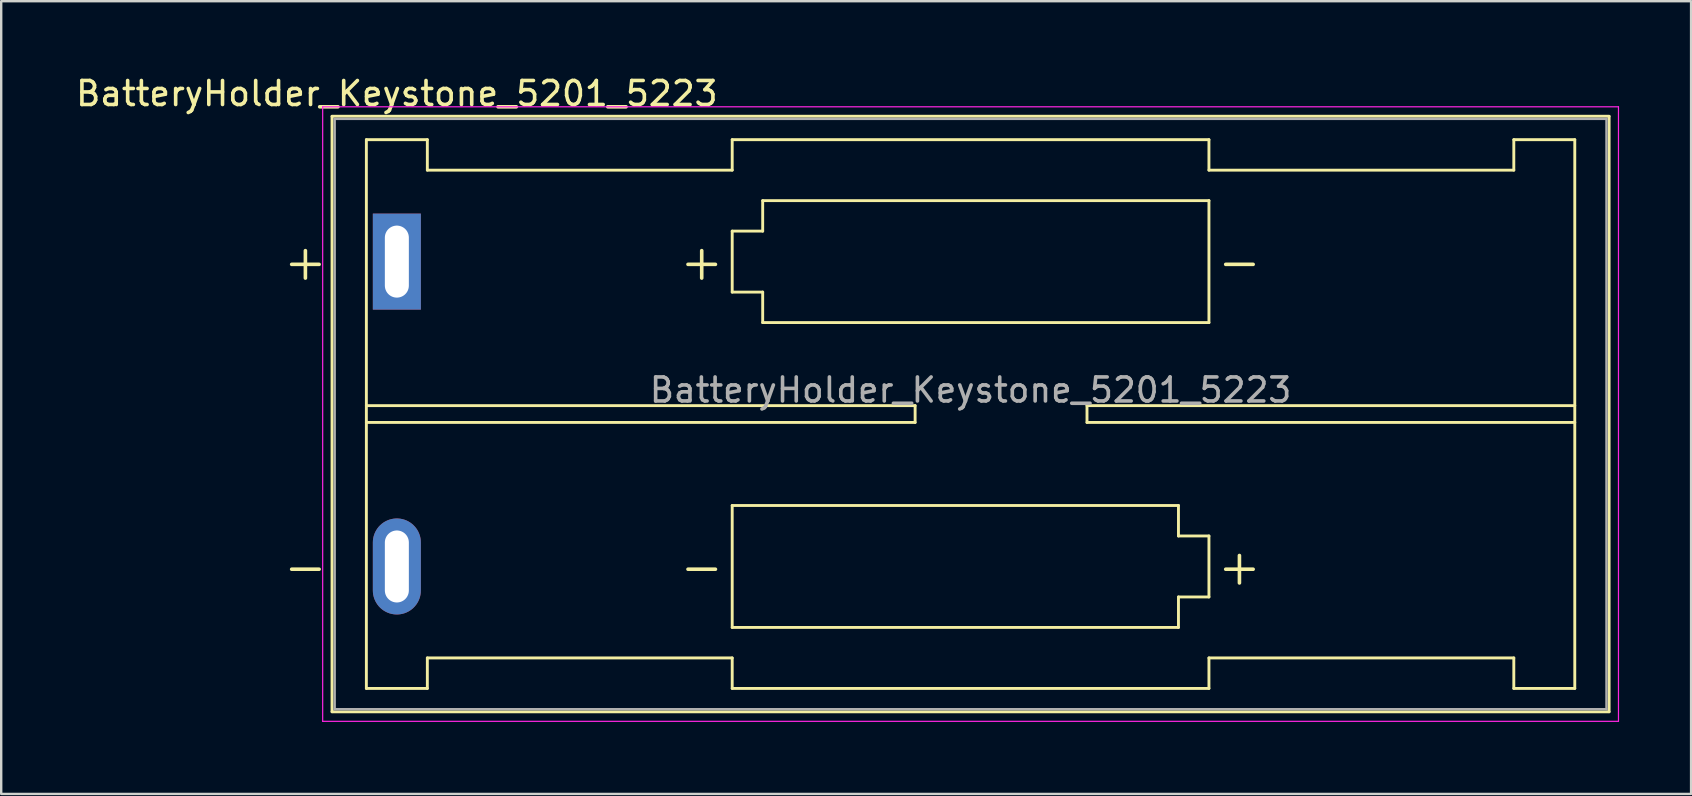
<source format=kicad_pcb>
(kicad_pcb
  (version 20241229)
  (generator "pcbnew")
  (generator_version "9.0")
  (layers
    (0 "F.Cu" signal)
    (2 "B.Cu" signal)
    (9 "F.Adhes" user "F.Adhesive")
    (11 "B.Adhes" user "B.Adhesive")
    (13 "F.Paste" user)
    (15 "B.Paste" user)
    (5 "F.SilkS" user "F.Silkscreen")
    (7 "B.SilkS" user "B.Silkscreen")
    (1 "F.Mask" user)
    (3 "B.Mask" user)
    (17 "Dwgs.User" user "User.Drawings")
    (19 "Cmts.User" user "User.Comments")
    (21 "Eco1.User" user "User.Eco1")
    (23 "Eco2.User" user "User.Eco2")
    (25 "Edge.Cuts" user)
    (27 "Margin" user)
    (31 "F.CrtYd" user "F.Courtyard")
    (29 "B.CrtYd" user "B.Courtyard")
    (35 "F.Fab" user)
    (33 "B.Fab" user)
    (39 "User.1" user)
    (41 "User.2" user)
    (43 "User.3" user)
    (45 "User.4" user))
  (footprint "BatteryHolder_Keystone_5201_5223"
    (layer "F.Cu")
    (at 13.482 7.848)
    (property "Reference" "BatteryHolder_Keystone_5201_5223" (at 0 -7 0) (layer "F.SilkS") (effects (font (size 1 1) (thickness 0.15))))
    (attr through_hole)
    (fp_line (start -2.7 -6.05) (end -2.7 18.75) (stroke (width 0.12) (type solid)) (layer "F.SilkS"))
    (fp_line (start -2.7 18.755) (end 50.5 18.755) (stroke (width 0.12) (type solid)) (layer "F.SilkS"))
    (fp_line (start -1.27 -5.08) (end -1.27 17.78) (stroke (width 0.12) (type solid)) (layer "F.SilkS"))
    (fp_line (start -1.27 6) (end 21.59 6) (stroke (width 0.12) (type solid)) (layer "F.SilkS"))
    (fp_line (start -1.27 17.78) (end 1.27 17.78) (stroke (width 0.12) (type solid)) (layer "F.SilkS"))
    (fp_line (start 1.27 -5.08) (end -1.27 -5.08) (stroke (width 0.12) (type solid)) (layer "F.SilkS"))
    (fp_line (start 1.27 -3.81) (end 1.27 -5.08) (stroke (width 0.12) (type solid)) (layer "F.SilkS"))
    (fp_line (start 1.27 -3.81) (end 13.97 -3.81) (stroke (width 0.12) (type solid)) (layer "F.SilkS"))
    (fp_line (start 1.27 16.51) (end 13.97 16.51) (stroke (width 0.12) (type solid)) (layer "F.SilkS"))
    (fp_line (start 1.27 17.78) (end 1.27 16.51) (stroke (width 0.12) (type solid)) (layer "F.SilkS"))
    (fp_line (start 13.97 -5.08) (end 13.97 -3.81) (stroke (width 0.12) (type solid)) (layer "F.SilkS"))
    (fp_line (start 13.97 -1.27) (end 15.24 -1.27) (stroke (width 0.12) (type solid)) (layer "F.SilkS"))
    (fp_line (start 13.97 1.27) (end 13.97 -1.27) (stroke (width 0.12) (type solid)) (layer "F.SilkS"))
    (fp_line (start 13.97 10.16) (end 32.56 10.16) (stroke (width 0.12) (type solid)) (layer "F.SilkS"))
    (fp_line (start 13.97 15.24) (end 13.97 10.16) (stroke (width 0.12) (type solid)) (layer "F.SilkS"))
    (fp_line (start 13.97 16.51) (end 13.97 17.78) (stroke (width 0.12) (type solid)) (layer "F.SilkS"))
    (fp_line (start 13.97 17.78) (end 33.83 17.78) (stroke (width 0.12) (type solid)) (layer "F.SilkS"))
    (fp_line (start 15.24 -2.54) (end 33.83 -2.54) (stroke (width 0.12) (type solid)) (layer "F.SilkS"))
    (fp_line (start 15.24 -1.27) (end 15.24 -2.54) (stroke (width 0.12) (type solid)) (layer "F.SilkS"))
    (fp_line (start 15.24 1.27) (end 13.97 1.27) (stroke (width 0.12) (type solid)) (layer "F.SilkS"))
    (fp_line (start 15.24 2.54) (end 15.24 1.27) (stroke (width 0.12) (type solid)) (layer "F.SilkS"))
    (fp_line (start 21.59 6) (end 21.59 6.7) (stroke (width 0.12) (type solid)) (layer "F.SilkS"))
    (fp_line (start 21.59 6.7) (end -1.27 6.7) (stroke (width 0.12) (type solid)) (layer "F.SilkS"))
    (fp_line (start 28.75 6) (end 28.75 6.7) (stroke (width 0.12) (type solid)) (layer "F.SilkS"))
    (fp_line (start 28.75 6.7) (end 49.07 6.7) (stroke (width 0.12) (type solid)) (layer "F.SilkS"))
    (fp_line (start 32.56 10.16) (end 32.56 11.43) (stroke (width 0.12) (type solid)) (layer "F.SilkS"))
    (fp_line (start 32.56 11.43) (end 33.83 11.43) (stroke (width 0.12) (type solid)) (layer "F.SilkS"))
    (fp_line (start 32.56 13.97) (end 32.56 15.24) (stroke (width 0.12) (type solid)) (layer "F.SilkS"))
    (fp_line (start 32.56 15.24) (end 13.97 15.24) (stroke (width 0.12) (type solid)) (layer "F.SilkS"))
    (fp_line (start 33.83 -5.08) (end 13.97 -5.08) (stroke (width 0.12) (type solid)) (layer "F.SilkS"))
    (fp_line (start 33.83 -3.81) (end 33.83 -5.08) (stroke (width 0.12) (type solid)) (layer "F.SilkS"))
    (fp_line (start 33.83 -2.54) (end 33.83 2.54) (stroke (width 0.12) (type solid)) (layer "F.SilkS"))
    (fp_line (start 33.83 2.54) (end 15.24 2.54) (stroke (width 0.12) (type solid)) (layer "F.SilkS"))
    (fp_line (start 33.83 11.43) (end 33.83 13.97) (stroke (width 0.12) (type solid)) (layer "F.SilkS"))
    (fp_line (start 33.83 13.97) (end 32.56 13.97) (stroke (width 0.12) (type solid)) (layer "F.SilkS"))
    (fp_line (start 33.83 17.78) (end 33.83 16.51) (stroke (width 0.12) (type solid)) (layer "F.SilkS"))
    (fp_line (start 46.53 -5.08) (end 46.53 -3.81) (stroke (width 0.12) (type solid)) (layer "F.SilkS"))
    (fp_line (start 46.53 -3.81) (end 33.83 -3.81) (stroke (width 0.12) (type solid)) (layer "F.SilkS"))
    (fp_line (start 46.53 16.51) (end 33.83 16.51) (stroke (width 0.12) (type solid)) (layer "F.SilkS"))
    (fp_line (start 46.53 17.78) (end 46.53 16.51) (stroke (width 0.12) (type solid)) (layer "F.SilkS"))
    (fp_line (start 49.07 -5.08) (end 46.53 -5.08) (stroke (width 0.12) (type solid)) (layer "F.SilkS"))
    (fp_line (start 49.07 -5.08) (end 49.07 17.78) (stroke (width 0.12) (type solid)) (layer "F.SilkS"))
    (fp_line (start 49.07 6) (end 28.75 6) (stroke (width 0.12) (type solid)) (layer "F.SilkS"))
    (fp_line (start 49.07 17.78) (end 46.53 17.78) (stroke (width 0.12) (type solid)) (layer "F.SilkS"))
    (fp_line (start 50.5 -6.055) (end -2.7 -6.055) (stroke (width 0.12) (type solid)) (layer "F.SilkS"))
    (fp_line (start 50.5 18.75) (end 50.5 -6.05) (stroke (width 0.12) (type solid)) (layer "F.SilkS"))
    (fp_line (start -3.09 -6.45) (end -3.09 19.15) (stroke (width 0.05) (type solid)) (layer "F.CrtYd"))
    (fp_line (start -3.09 19.15) (end 50.89 19.15) (stroke (width 0.05) (type solid)) (layer "F.CrtYd"))
    (fp_line (start 50.89 -6.45) (end -3.09 -6.45) (stroke (width 0.05) (type solid)) (layer "F.CrtYd"))
    (fp_line (start 50.89 19.15) (end 50.89 -6.45) (stroke (width 0.05) (type solid)) (layer "F.CrtYd"))
    (fp_line (start -2.59 -5.945) (end 50.39 -5.945) (stroke (width 0.1) (type solid)) (layer "F.Fab"))
    (fp_line (start -2.59 18.645) (end -2.59 -5.945) (stroke (width 0.1) (type solid)) (layer "F.Fab"))
    (fp_line (start -2.59 18.645) (end 50.39 18.645) (stroke (width 0.1) (type solid)) (layer "F.Fab"))
    (fp_line (start 50.39 18.645) (end 50.39 -5.945) (stroke (width 0.1) (type solid)) (layer "F.Fab"))
    (fp_text user "-" (at 12.7 12.7 0) (layer "F.SilkS") (effects (font (size 1.5 1.5) (thickness 0.15))))
    (fp_text user "+" (at -3.81 0 0) (layer "F.SilkS") (effects (font (size 1.5 1.5) (thickness 0.15))))
    (fp_text user "+" (at 35.1 12.7 0) (layer "F.SilkS") (effects (font (size 1.5 1.5) (thickness 0.15))))
    (fp_text user "-" (at -3.81 12.7 0) (layer "F.SilkS") (effects (font (size 1.5 1.5) (thickness 0.15))))
    (fp_text user "+" (at 12.7 0 0) (layer "F.SilkS") (effects (font (size 1.5 1.5) (thickness 0.15))))
    (fp_text user "-" (at 35.1 0 0) (layer "F.SilkS") (effects (font (size 1.5 1.5) (thickness 0.15))))
    (fp_text user "${REFERENCE}" (at 23.9 5.35 0) (layer "F.Fab") (effects (font (size 1 1) (thickness 0.15))))
    (pad "1" thru_hole rect (at 0 0) (size 2 4) (drill oval 1 3) (layers "*.Cu" "*.Mask"))
    (pad "2" thru_hole oval (at 0 12.7) (size 2 4) (drill oval 1 3) (layers "*.Cu" "*.Mask")))
  (gr_rect
    (start -3 -3)
    (end 67.397 30.023)
    (stroke (width 0.1) (type default))
    (fill no)
    (layer "Edge.Cuts")))
</source>
